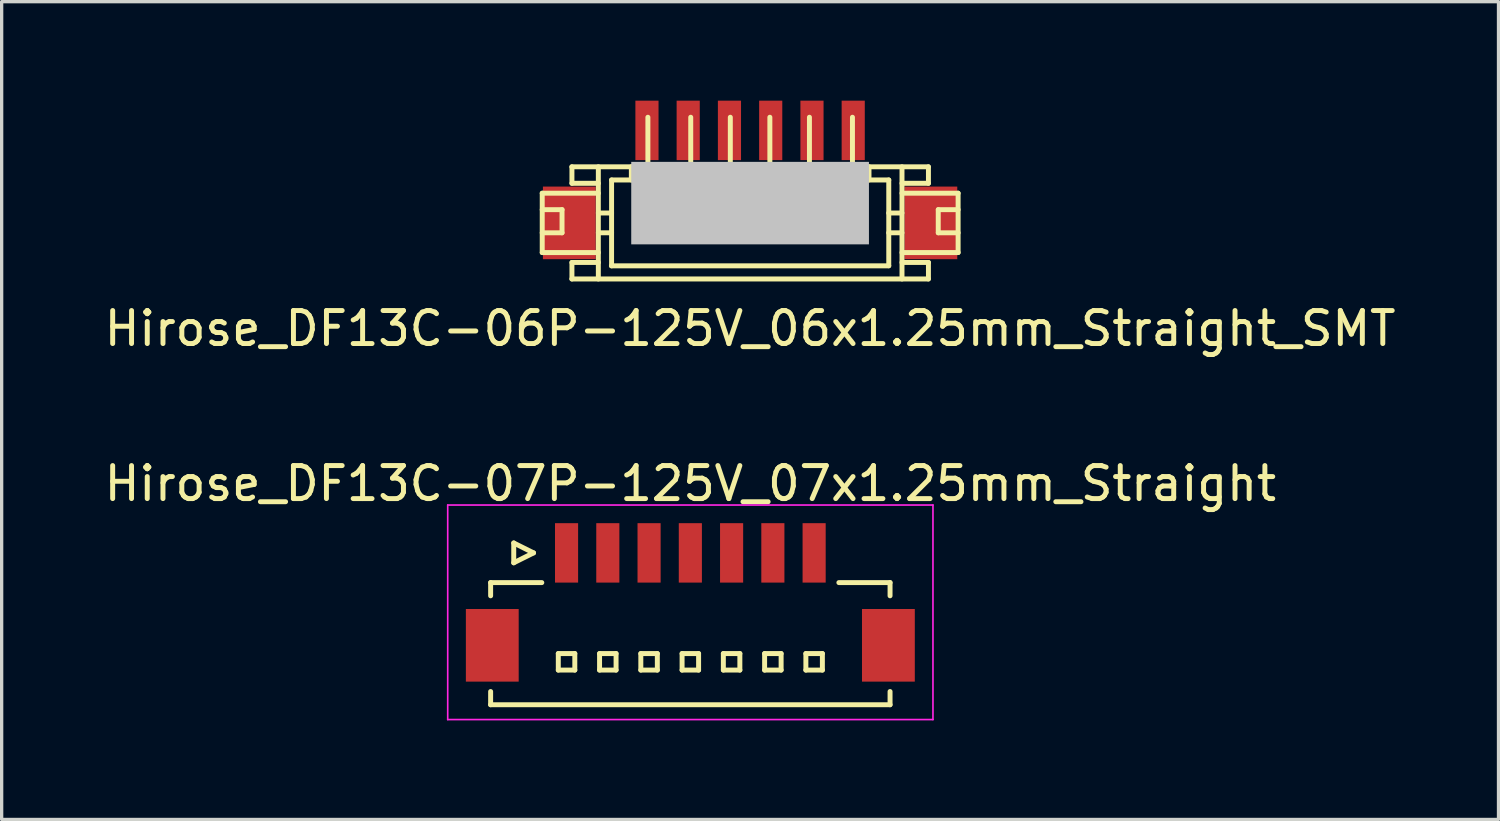
<source format=kicad_pcb>
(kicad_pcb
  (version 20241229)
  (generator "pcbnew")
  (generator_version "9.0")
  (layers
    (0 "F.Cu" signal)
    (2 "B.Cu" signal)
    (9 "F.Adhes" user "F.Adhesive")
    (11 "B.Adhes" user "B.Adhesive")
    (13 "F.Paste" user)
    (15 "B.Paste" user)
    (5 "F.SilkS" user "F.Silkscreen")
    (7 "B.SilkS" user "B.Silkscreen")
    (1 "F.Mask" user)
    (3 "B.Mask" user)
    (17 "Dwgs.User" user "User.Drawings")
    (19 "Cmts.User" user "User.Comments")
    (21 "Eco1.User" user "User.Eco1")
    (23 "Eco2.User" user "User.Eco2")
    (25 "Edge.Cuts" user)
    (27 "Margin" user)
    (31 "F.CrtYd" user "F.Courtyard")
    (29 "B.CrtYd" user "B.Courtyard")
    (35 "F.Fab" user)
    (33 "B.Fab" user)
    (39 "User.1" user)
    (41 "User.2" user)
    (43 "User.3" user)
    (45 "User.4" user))
  (footprint "Hirose_DF13C-07P-125V_07x1.25mm_Straight"
    (layer "F.Cu")
    (at 17.863 15.099)
    (property "Reference" "Hirose_DF13C-07P-125V_07x1.25mm_Straight" (at 0 -3.5 0) (layer "F.SilkS") (effects (font (size 1 1) (thickness 0.15))))
    (attr smd)
    (fp_line (start -6.05 -0.5) (end -6.05 -0.1) (stroke (width 0.15) (type solid)) (layer "F.SilkS"))
    (fp_line (start -6.05 -0.5) (end -4.5 -0.5) (stroke (width 0.15) (type solid)) (layer "F.SilkS"))
    (fp_line (start -6.05 3.2) (end -6.05 2.8) (stroke (width 0.15) (type solid)) (layer "F.SilkS"))
    (fp_line (start -6.05 3.2) (end 6.05 3.2) (stroke (width 0.15) (type solid)) (layer "F.SilkS"))
    (fp_line (start -5.35 -1.7) (end -5.35 -1.1) (stroke (width 0.15) (type solid)) (layer "F.SilkS"))
    (fp_line (start -5.35 -1.1) (end -4.75 -1.4) (stroke (width 0.15) (type solid)) (layer "F.SilkS"))
    (fp_line (start -4.75 -1.4) (end -5.35 -1.7) (stroke (width 0.15) (type solid)) (layer "F.SilkS"))
    (fp_line (start -4 1.65) (end -4 2.15) (stroke (width 0.15) (type solid)) (layer "F.SilkS"))
    (fp_line (start -4 2.15) (end -3.5 2.15) (stroke (width 0.15) (type solid)) (layer "F.SilkS"))
    (fp_line (start -3.5 1.65) (end -4 1.65) (stroke (width 0.15) (type solid)) (layer "F.SilkS"))
    (fp_line (start -3.5 2.15) (end -3.5 1.65) (stroke (width 0.15) (type solid)) (layer "F.SilkS"))
    (fp_line (start -2.75 1.65) (end -2.75 2.15) (stroke (width 0.15) (type solid)) (layer "F.SilkS"))
    (fp_line (start -2.75 2.15) (end -2.25 2.15) (stroke (width 0.15) (type solid)) (layer "F.SilkS"))
    (fp_line (start -2.25 1.65) (end -2.75 1.65) (stroke (width 0.15) (type solid)) (layer "F.SilkS"))
    (fp_line (start -2.25 2.15) (end -2.25 1.65) (stroke (width 0.15) (type solid)) (layer "F.SilkS"))
    (fp_line (start -1.5 1.65) (end -1.5 2.15) (stroke (width 0.15) (type solid)) (layer "F.SilkS"))
    (fp_line (start -1.5 2.15) (end -1 2.15) (stroke (width 0.15) (type solid)) (layer "F.SilkS"))
    (fp_line (start -1 1.65) (end -1.5 1.65) (stroke (width 0.15) (type solid)) (layer "F.SilkS"))
    (fp_line (start -1 2.15) (end -1 1.65) (stroke (width 0.15) (type solid)) (layer "F.SilkS"))
    (fp_line (start -0.25 1.65) (end -0.25 2.15) (stroke (width 0.15) (type solid)) (layer "F.SilkS"))
    (fp_line (start -0.25 2.15) (end 0.25 2.15) (stroke (width 0.15) (type solid)) (layer "F.SilkS"))
    (fp_line (start 0.25 1.65) (end -0.25 1.65) (stroke (width 0.15) (type solid)) (layer "F.SilkS"))
    (fp_line (start 0.25 2.15) (end 0.25 1.65) (stroke (width 0.15) (type solid)) (layer "F.SilkS"))
    (fp_line (start 1 1.65) (end 1 2.15) (stroke (width 0.15) (type solid)) (layer "F.SilkS"))
    (fp_line (start 1 2.15) (end 1.5 2.15) (stroke (width 0.15) (type solid)) (layer "F.SilkS"))
    (fp_line (start 1.5 1.65) (end 1 1.65) (stroke (width 0.15) (type solid)) (layer "F.SilkS"))
    (fp_line (start 1.5 2.15) (end 1.5 1.65) (stroke (width 0.15) (type solid)) (layer "F.SilkS"))
    (fp_line (start 2.25 1.65) (end 2.25 2.15) (stroke (width 0.15) (type solid)) (layer "F.SilkS"))
    (fp_line (start 2.25 2.15) (end 2.75 2.15) (stroke (width 0.15) (type solid)) (layer "F.SilkS"))
    (fp_line (start 2.75 1.65) (end 2.25 1.65) (stroke (width 0.15) (type solid)) (layer "F.SilkS"))
    (fp_line (start 2.75 2.15) (end 2.75 1.65) (stroke (width 0.15) (type solid)) (layer "F.SilkS"))
    (fp_line (start 3.5 1.65) (end 3.5 2.15) (stroke (width 0.15) (type solid)) (layer "F.SilkS"))
    (fp_line (start 3.5 2.15) (end 4 2.15) (stroke (width 0.15) (type solid)) (layer "F.SilkS"))
    (fp_line (start 4 1.65) (end 3.5 1.65) (stroke (width 0.15) (type solid)) (layer "F.SilkS"))
    (fp_line (start 4 2.15) (end 4 1.65) (stroke (width 0.15) (type solid)) (layer "F.SilkS"))
    (fp_line (start 6.05 -0.5) (end 4.5 -0.5) (stroke (width 0.15) (type solid)) (layer "F.SilkS"))
    (fp_line (start 6.05 -0.5) (end 6.05 -0.1) (stroke (width 0.15) (type solid)) (layer "F.SilkS"))
    (fp_line (start 6.05 3.2) (end 6.05 2.8) (stroke (width 0.15) (type solid)) (layer "F.SilkS"))
    (fp_line (start -7.35 -2.85) (end -7.35 3.65) (stroke (width 0.05) (type solid)) (layer "F.CrtYd"))
    (fp_line (start -7.35 3.65) (end 7.35 3.65) (stroke (width 0.05) (type solid)) (layer "F.CrtYd"))
    (fp_line (start 7.35 -2.85) (end -7.35 -2.85) (stroke (width 0.05) (type solid)) (layer "F.CrtYd"))
    (fp_line (start 7.35 3.65) (end 7.35 -2.85) (stroke (width 0.05) (type solid)) (layer "F.CrtYd"))
    (pad "" smd rect (at -6 1.4) (size 1.6 2.2) (layers "F.Cu" "F.Mask" "F.Paste"))
    (pad "" smd rect (at 6 1.4) (size 1.6 2.2) (layers "F.Cu" "F.Mask" "F.Paste"))
    (pad "1" smd rect (at -3.75 -1.4) (size 0.7 1.8) (layers "F.Cu" "F.Mask" "F.Paste"))
    (pad "2" smd rect (at -2.5 -1.4) (size 0.7 1.8) (layers "F.Cu" "F.Mask" "F.Paste"))
    (pad "3" smd rect (at -1.25 -1.4) (size 0.7 1.8) (layers "F.Cu" "F.Mask" "F.Paste"))
    (pad "4" smd rect (at 0 -1.4) (size 0.7 1.8) (layers "F.Cu" "F.Mask" "F.Paste"))
    (pad "5" smd rect (at 1.25 -1.4) (size 0.7 1.8) (layers "F.Cu" "F.Mask" "F.Paste"))
    (pad "6" smd rect (at 2.5 -1.4) (size 0.7 1.8) (layers "F.Cu" "F.Mask" "F.Paste"))
    (pad "7" smd rect (at 3.75 -1.4) (size 0.7 1.8) (layers "F.Cu" "F.Mask" "F.Paste")))
  (footprint "Hirose_DF13C-06P-125V_06x1.25mm_Straight_SMT"
    (layer "F.Cu")
    (at 19.673 2.902)
    (property "Reference" "Hirose_DF13C-06P-125V_06x1.25mm_Straight_SMT" (at 0 4 0) (layer "F.SilkS") (effects (font (size 1 1) (thickness 0.15))))
    (attr smd)
    (fp_line (start -6.297 -0.099) (end -4.597 -0.099) (stroke (width 0.15) (type solid)) (layer "F.SilkS"))
    (fp_line (start -6.297 0.399) (end -5.697 0.399) (stroke (width 0.15) (type solid)) (layer "F.SilkS"))
    (fp_line (start -6.297 1.699) (end -6.297 -0.099) (stroke (width 0.15) (type solid)) (layer "F.SilkS"))
    (fp_line (start -6.297 1.699) (end -4.597 1.699) (stroke (width 0.15) (type solid)) (layer "F.SilkS"))
    (fp_line (start -5.697 0.399) (end -5.697 1.1) (stroke (width 0.15) (type solid)) (layer "F.SilkS"))
    (fp_line (start -5.697 1.1) (end -6.297 1.1) (stroke (width 0.15) (type solid)) (layer "F.SilkS"))
    (fp_line (start -5.4 2.499) (end 5.4 2.499) (stroke (width 0.15) (type solid)) (layer "F.SilkS"))
    (fp_line (start -5.397 -0.399) (end -5.397 -0.899) (stroke (width 0.15) (type solid)) (layer "F.SilkS"))
    (fp_line (start -5.397 2.499) (end -5.397 1.999) (stroke (width 0.15) (type solid)) (layer "F.SilkS"))
    (fp_line (start -4.597 -0.899) (end -4.597 2.499) (stroke (width 0.15) (type solid)) (layer "F.SilkS"))
    (fp_line (start -4.597 -0.399) (end -5.397 -0.399) (stroke (width 0.15) (type solid)) (layer "F.SilkS"))
    (fp_line (start -4.597 0.5) (end -4.196 0.5) (stroke (width 0.15) (type solid)) (layer "F.SilkS"))
    (fp_line (start -4.597 1.1) (end -4.196 1.1) (stroke (width 0.15) (type solid)) (layer "F.SilkS"))
    (fp_line (start -4.597 1.999) (end -5.397 1.999) (stroke (width 0.15) (type solid)) (layer "F.SilkS"))
    (fp_line (start -4.196 -0.5) (end -3.597 -0.5) (stroke (width 0.15) (type solid)) (layer "F.SilkS"))
    (fp_line (start -4.196 2.101) (end -4.196 -0.5) (stroke (width 0.15) (type solid)) (layer "F.SilkS"))
    (fp_line (start -3.597 -0.902) (end -3.597 -0.5) (stroke (width 0.15) (type solid)) (layer "F.SilkS"))
    (fp_line (start -3.198 0.998) (end -3.198 1.199) (stroke (width 0.15) (type solid)) (layer "F.SilkS"))
    (fp_line (start -3.198 1.199) (end -2.997 1.199) (stroke (width 0.15) (type solid)) (layer "F.SilkS"))
    (fp_line (start -3.096 -0.902) (end -3.096 -2.4) (stroke (width 0.15) (type solid)) (layer "F.SilkS"))
    (fp_line (start -2.997 0.998) (end -3.198 0.998) (stroke (width 0.15) (type solid)) (layer "F.SilkS"))
    (fp_line (start -2.997 1.199) (end -2.997 0.998) (stroke (width 0.15) (type solid)) (layer "F.SilkS"))
    (fp_line (start -1.897 1.001) (end -1.699 1.001) (stroke (width 0.15) (type solid)) (layer "F.SilkS"))
    (fp_line (start -1.897 1.199) (end -1.897 1.001) (stroke (width 0.15) (type solid)) (layer "F.SilkS"))
    (fp_line (start -1.798 -0.899) (end -1.798 -2.4) (stroke (width 0.15) (type solid)) (layer "F.SilkS"))
    (fp_line (start -1.699 1.001) (end -1.699 1.199) (stroke (width 0.15) (type solid)) (layer "F.SilkS"))
    (fp_line (start -1.699 1.199) (end -1.897 1.199) (stroke (width 0.15) (type solid)) (layer "F.SilkS"))
    (fp_line (start -0.699 1.001) (end -0.5 1.001) (stroke (width 0.15) (type solid)) (layer "F.SilkS"))
    (fp_line (start -0.699 1.199) (end -0.699 1.001) (stroke (width 0.15) (type solid)) (layer "F.SilkS"))
    (fp_line (start -0.599 -2.4) (end -0.599 -0.899) (stroke (width 0.15) (type solid)) (layer "F.SilkS"))
    (fp_line (start -0.5 1.001) (end -0.5 1.199) (stroke (width 0.15) (type solid)) (layer "F.SilkS"))
    (fp_line (start -0.5 1.199) (end -0.699 1.199) (stroke (width 0.15) (type solid)) (layer "F.SilkS"))
    (fp_line (start 0.399 1.001) (end 0.599 1.001) (stroke (width 0.15) (type solid)) (layer "F.SilkS"))
    (fp_line (start 0.399 1.199) (end 0.399 1.001) (stroke (width 0.15) (type solid)) (layer "F.SilkS"))
    (fp_line (start 0.599 -0.899) (end 0.599 -2.4) (stroke (width 0.15) (type solid)) (layer "F.SilkS"))
    (fp_line (start 0.599 1.001) (end 0.599 1.199) (stroke (width 0.15) (type solid)) (layer "F.SilkS"))
    (fp_line (start 0.599 1.199) (end 0.399 1.199) (stroke (width 0.15) (type solid)) (layer "F.SilkS"))
    (fp_line (start 1.699 1.001) (end 1.897 1.001) (stroke (width 0.15) (type solid)) (layer "F.SilkS"))
    (fp_line (start 1.699 1.199) (end 1.699 1.001) (stroke (width 0.15) (type solid)) (layer "F.SilkS"))
    (fp_line (start 1.798 -0.899) (end 1.798 -2.4) (stroke (width 0.15) (type solid)) (layer "F.SilkS"))
    (fp_line (start 1.897 1.001) (end 1.897 1.199) (stroke (width 0.15) (type solid)) (layer "F.SilkS"))
    (fp_line (start 1.897 1.199) (end 1.699 1.199) (stroke (width 0.15) (type solid)) (layer "F.SilkS"))
    (fp_line (start 3.002 0.998) (end 3.203 0.998) (stroke (width 0.15) (type solid)) (layer "F.SilkS"))
    (fp_line (start 3.002 1.199) (end 3.002 0.998) (stroke (width 0.15) (type solid)) (layer "F.SilkS"))
    (fp_line (start 3.101 -0.902) (end 3.101 -2.4) (stroke (width 0.15) (type solid)) (layer "F.SilkS"))
    (fp_line (start 3.203 0.998) (end 3.203 1.199) (stroke (width 0.15) (type solid)) (layer "F.SilkS"))
    (fp_line (start 3.203 1.199) (end 3.002 1.199) (stroke (width 0.15) (type solid)) (layer "F.SilkS"))
    (fp_line (start 3.602 -0.5) (end 3.602 -0.902) (stroke (width 0.15) (type solid)) (layer "F.SilkS"))
    (fp_line (start 4.199 1.1) (end 4.6 1.1) (stroke (width 0.15) (type solid)) (layer "F.SilkS"))
    (fp_line (start 4.201 -0.5) (end 3.602 -0.5) (stroke (width 0.15) (type solid)) (layer "F.SilkS"))
    (fp_line (start 4.201 2.098) (end 4.201 -0.5) (stroke (width 0.15) (type solid)) (layer "F.SilkS"))
    (fp_line (start 4.201 2.101) (end -4.201 2.101) (stroke (width 0.15) (type solid)) (layer "F.SilkS"))
    (fp_line (start 4.6 0.5) (end 4.199 0.5) (stroke (width 0.15) (type solid)) (layer "F.SilkS"))
    (fp_line (start 4.602 -0.899) (end 4.602 2.499) (stroke (width 0.15) (type solid)) (layer "F.SilkS"))
    (fp_line (start 5.4 -0.899) (end -5.4 -0.899) (stroke (width 0.15) (type solid)) (layer "F.SilkS"))
    (fp_line (start 5.403 -0.399) (end 4.602 -0.399) (stroke (width 0.15) (type solid)) (layer "F.SilkS"))
    (fp_line (start 5.403 -0.399) (end 5.403 -0.899) (stroke (width 0.15) (type solid)) (layer "F.SilkS"))
    (fp_line (start 5.403 1.999) (end 4.602 1.999) (stroke (width 0.15) (type solid)) (layer "F.SilkS"))
    (fp_line (start 5.403 2.499) (end 5.403 1.999) (stroke (width 0.15) (type solid)) (layer "F.SilkS"))
    (fp_line (start 5.7 0.399) (end 5.7 1.1) (stroke (width 0.15) (type solid)) (layer "F.SilkS"))
    (fp_line (start 5.702 0.399) (end 6.302 0.399) (stroke (width 0.15) (type solid)) (layer "F.SilkS"))
    (fp_line (start 5.702 1.1) (end 6.302 1.1) (stroke (width 0.15) (type solid)) (layer "F.SilkS"))
    (fp_line (start 6.302 -0.099) (end 4.602 -0.099) (stroke (width 0.15) (type solid)) (layer "F.SilkS"))
    (fp_line (start 6.302 -0.099) (end 6.302 1.699) (stroke (width 0.15) (type solid)) (layer "F.SilkS"))
    (fp_line (start 6.302 1.699) (end 4.602 1.699) (stroke (width 0.15) (type solid)) (layer "F.SilkS"))
    (pad "" smd rect (at -5.476 0.8) (size 1.6 2.2) (layers "F.Cu" "F.Mask" "F.Paste"))
    (pad "" smd rect (at 0 0.201) (size 7.201 2.499) (layers "Dwgs.User"))
    (pad "" smd rect (at 5.476 0.8) (size 1.6 2.2) (layers "F.Cu" "F.Mask" "F.Paste"))
    (pad "1" smd rect (at -3.124 -2.002) (size 0.701 1.801) (layers "F.Cu" "F.Mask" "F.Paste"))
    (pad "2" smd rect (at -1.875 -2.002) (size 0.701 1.801) (layers "F.Cu" "F.Mask" "F.Paste"))
    (pad "3" smd rect (at -0.625 -2.002) (size 0.701 1.801) (layers "F.Cu" "F.Mask" "F.Paste"))
    (pad "4" smd rect (at 0.625 -2.002) (size 0.701 1.801) (layers "F.Cu" "F.Mask" "F.Paste"))
    (pad "5" smd rect (at 1.875 -2.002) (size 0.701 1.801) (layers "F.Cu" "F.Mask" "F.Paste"))
    (pad "6" smd rect (at 3.124 -2.002) (size 0.701 1.801) (layers "F.Cu" "F.Mask" "F.Paste")))
  (gr_rect
    (start -3 -3)
    (end 42.345 21.774)
    (stroke (width 0.1) (type default))
    (fill no)
    (layer "Edge.Cuts")))
</source>
